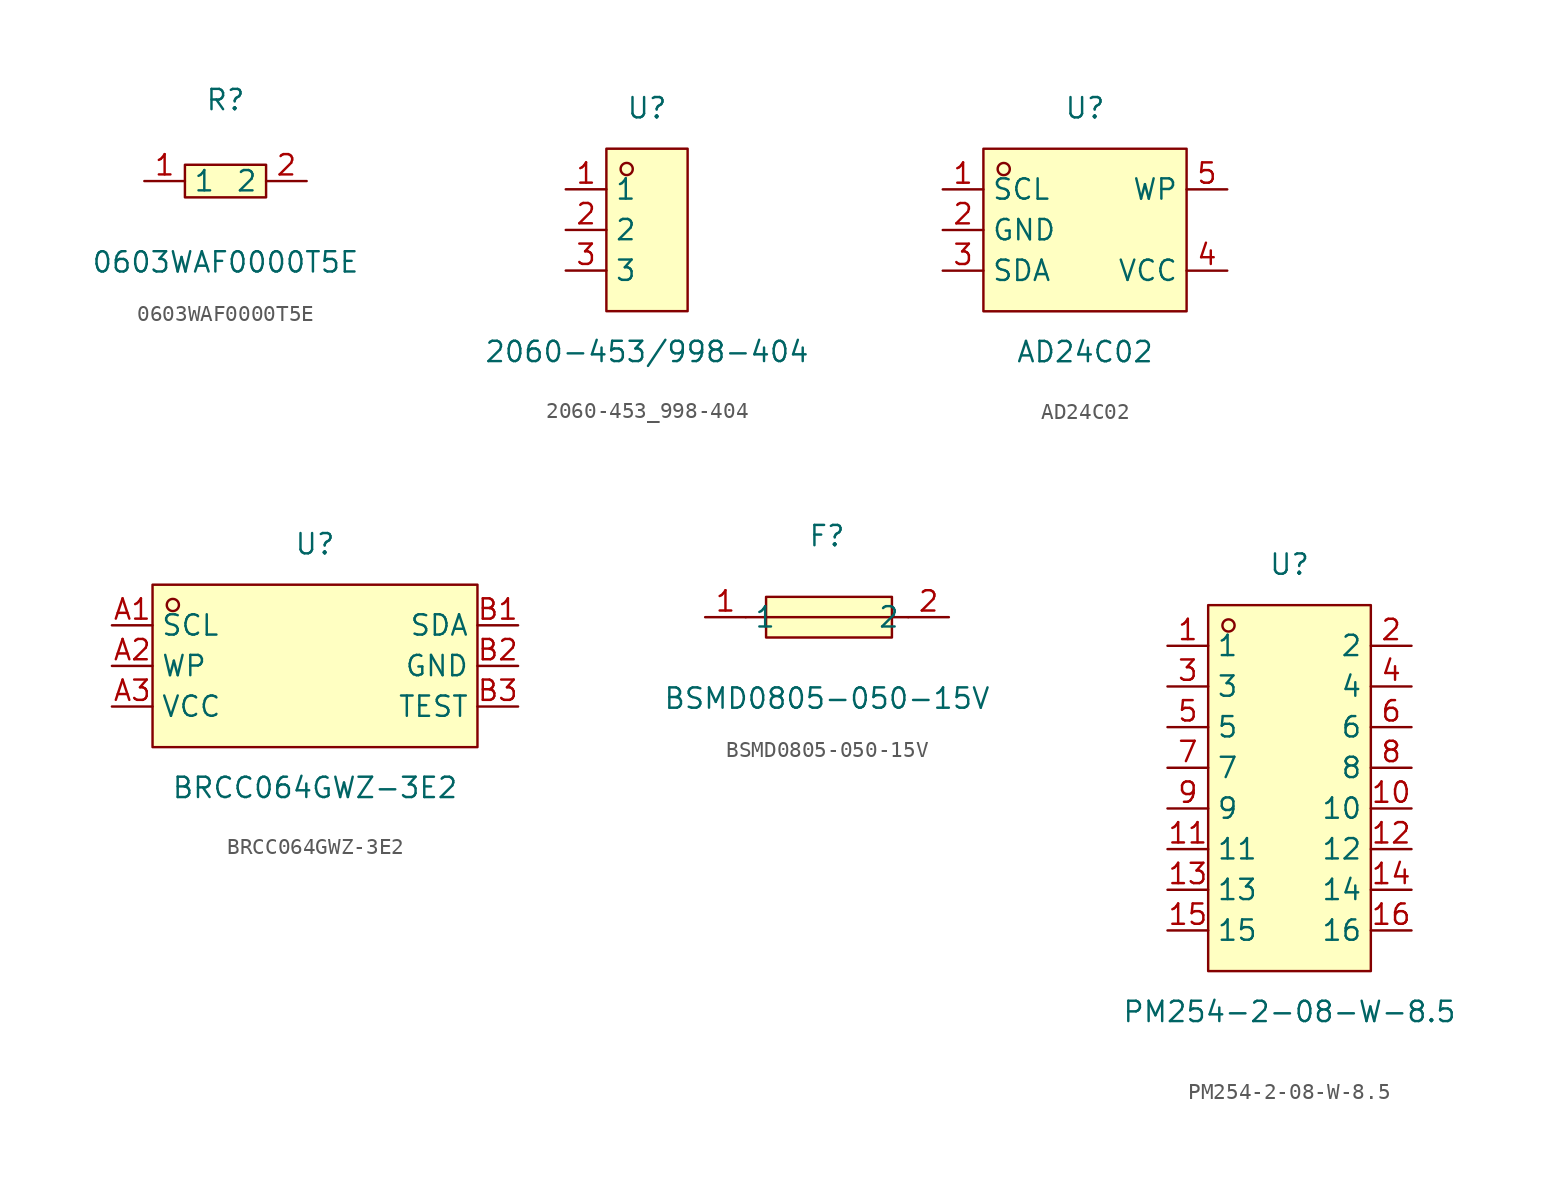
<source format=kicad_sym>
(kicad_symbol_lib
  (version 20211014)
  (generator https://github.com/uPesy/easyeda2kicad.py)
  (symbol "0603WAF0000T5E"
    (property "Reference" "R"
      (at 0 5.08 0)
      (effects (font (size 1.27 1.27))))
    (property "Value" "0603WAF0000T5E"
      (at 0 -5.08 0)
      (effects (font (size 1.27 1.27))))
    (symbol "0603WAF0000T5E_0_1"
      (rectangle (start -2.54 1.02) (end 2.54 -1.02) (stroke (width 0) (type default) (color 0 0 0 0)) (fill (type background)))
      (pin input line (at 5.08 -0.00 180) (length 2.54) (name "2" (effects (font (size 1.27 1.27)))) (number "2" (effects (font (size 1.27 1.27)))))
      (pin input line (at -5.08 -0.00 0) (length 2.54) (name "1" (effects (font (size 1.27 1.27)))) (number "1" (effects (font (size 1.27 1.27)))))))
  (symbol "2060-453_998-404"
    (property "Reference" "U"
      (at 0 7.62 0)
      (effects (font (size 1.27 1.27))))
    (property "Value" "2060-453/998-404"
      (at 0 -7.62 0)
      (effects (font (size 1.27 1.27))))
    (symbol "2060-453_998-404_0_1"
      (rectangle (start -2.54 5.08) (end 2.54 -5.08) (stroke (width 0) (type default) (color 0 0 0 0)) (fill (type background)))
      (circle (center -1.27 3.81) (radius 0.38) (stroke (width 0) (type default) (color 0 0 0 0)) (fill (type none)))
      (pin unspecified line (at -5.08 2.54 0) (length 2.54) (name "1" (effects (font (size 1.27 1.27)))) (number "1" (effects (font (size 1.27 1.27)))))
      (pin unspecified line (at -5.08 -0.00 0) (length 2.54) (name "2" (effects (font (size 1.27 1.27)))) (number "2" (effects (font (size 1.27 1.27)))))
      (pin unspecified line (at -5.08 -2.54 0) (length 2.54) (name "3" (effects (font (size 1.27 1.27)))) (number "3" (effects (font (size 1.27 1.27)))))))
  (symbol "AD24C02"
    (property "Reference" "U"
      (at 0 7.62 0)
      (effects (font (size 1.27 1.27))))
    (property "Value" "AD24C02"
      (at 0 -7.62 0)
      (effects (font (size 1.27 1.27))))
    (symbol "AD24C02_0_1"
      (rectangle (start -6.35 5.08) (end 6.35 -5.08) (stroke (width 0) (type default) (color 0 0 0 0)) (fill (type background)))
      (circle (center -5.08 3.81) (radius 0.38) (stroke (width 0) (type default) (color 0 0 0 0)) (fill (type none)))
      (pin unspecified line (at -8.89 2.54 0) (length 2.54) (name "SCL" (effects (font (size 1.27 1.27)))) (number "1" (effects (font (size 1.27 1.27)))))
      (pin unspecified line (at -8.89 -0.00 0) (length 2.54) (name "GND" (effects (font (size 1.27 1.27)))) (number "2" (effects (font (size 1.27 1.27)))))
      (pin unspecified line (at -8.89 -2.54 0) (length 2.54) (name "SDA" (effects (font (size 1.27 1.27)))) (number "3" (effects (font (size 1.27 1.27)))))
      (pin unspecified line (at 8.89 -2.54 180) (length 2.54) (name "VCC" (effects (font (size 1.27 1.27)))) (number "4" (effects (font (size 1.27 1.27)))))
      (pin unspecified line (at 8.89 2.54 180) (length 2.54) (name "WP" (effects (font (size 1.27 1.27)))) (number "5" (effects (font (size 1.27 1.27)))))))
  (symbol "BRCC064GWZ-3E2"
    (property "Reference" "U"
      (at 0 7.62 0)
      (effects (font (size 1.27 1.27))))
    (property "Value" "BRCC064GWZ-3E2"
      (at 0 -7.62 0)
      (effects (font (size 1.27 1.27))))
    (symbol "BRCC064GWZ-3E2_0_1"
      (rectangle (start -10.16 5.08) (end 10.16 -5.08) (stroke (width 0) (type default) (color 0 0 0 0)) (fill (type background)))
      (circle (center -8.89 3.81) (radius 0.38) (stroke (width 0) (type default) (color 0 0 0 0)) (fill (type none)))
      (pin unspecified line (at -12.70 2.54 0) (length 2.54) (name "SCL" (effects (font (size 1.27 1.27)))) (number "A1" (effects (font (size 1.27 1.27)))))
      (pin unspecified line (at -12.70 -0.00 0) (length 2.54) (name "WP" (effects (font (size 1.27 1.27)))) (number "A2" (effects (font (size 1.27 1.27)))))
      (pin unspecified line (at -12.70 -2.54 0) (length 2.54) (name "VCC" (effects (font (size 1.27 1.27)))) (number "A3" (effects (font (size 1.27 1.27)))))
      (pin unspecified line (at 12.70 2.54 180) (length 2.54) (name "SDA" (effects (font (size 1.27 1.27)))) (number "B1" (effects (font (size 1.27 1.27)))))
      (pin unspecified line (at 12.70 -0.00 180) (length 2.54) (name "GND" (effects (font (size 1.27 1.27)))) (number "B2" (effects (font (size 1.27 1.27)))))
      (pin unspecified line (at 12.70 -2.54 180) (length 2.54) (name "TEST" (effects (font (size 1.27 1.27)))) (number "B3" (effects (font (size 1.27 1.27)))))))
  (symbol "BSMD0805-050-15V"
    (property "Reference" "F"
      (at 0 5.08 0)
      (effects (font (size 1.27 1.27))))
    (property "Value" "BSMD0805-050-15V"
      (at 0 -5.08 0)
      (effects (font (size 1.27 1.27))))
    (symbol "BSMD0805-050-15V_0_1"
      (rectangle (start -3.81 1.27) (end 4.06 -1.27) (stroke (width 0) (type default) (color 0 0 0 0)) (fill (type background)))
      (polyline (pts (xy -5.08 -0.00) (xy 5.08 -0.00)) (stroke (width 0) (type default) (color 0 0 0 0)) (fill (type none)))
      (pin unspecified line (at 7.62 -0.00 180) (length 2.54) (name "2" (effects (font (size 1.27 1.27)))) (number "2" (effects (font (size 1.27 1.27)))))
      (pin unspecified line (at -7.62 -0.00 0) (length 2.54) (name "1" (effects (font (size 1.27 1.27)))) (number "1" (effects (font (size 1.27 1.27)))))))
  (symbol "PM254-2-08-W-8.5"
    (property "Reference" "U"
      (at 0 13.97 0)
      (effects (font (size 1.27 1.27))))
    (property "Value" "PM254-2-08-W-8.5"
      (at 0 -13.97 0)
      (effects (font (size 1.27 1.27))))
    (symbol "PM254-2-08-W-8.5_0_1"
      (rectangle (start -5.08 11.43) (end 5.08 -11.43) (stroke (width 0) (type default) (color 0 0 0 0)) (fill (type background)))
      (circle (center -3.81 10.16) (radius 0.38) (stroke (width 0) (type default) (color 0 0 0 0)) (fill (type none)))
      (pin unspecified line (at -7.62 8.89 0) (length 2.54) (name "1" (effects (font (size 1.27 1.27)))) (number "1" (effects (font (size 1.27 1.27)))))
      (pin unspecified line (at 7.62 -8.89 180) (length 2.54) (name "16" (effects (font (size 1.27 1.27)))) (number "16" (effects (font (size 1.27 1.27)))))
      (pin unspecified line (at -7.62 6.35 0) (length 2.54) (name "3" (effects (font (size 1.27 1.27)))) (number "3" (effects (font (size 1.27 1.27)))))
      (pin unspecified line (at 7.62 -6.35 180) (length 2.54) (name "14" (effects (font (size 1.27 1.27)))) (number "14" (effects (font (size 1.27 1.27)))))
      (pin unspecified line (at -7.62 3.81 0) (length 2.54) (name "5" (effects (font (size 1.27 1.27)))) (number "5" (effects (font (size 1.27 1.27)))))
      (pin unspecified line (at 7.62 -3.81 180) (length 2.54) (name "12" (effects (font (size 1.27 1.27)))) (number "12" (effects (font (size 1.27 1.27)))))
      (pin unspecified line (at -7.62 1.27 0) (length 2.54) (name "7" (effects (font (size 1.27 1.27)))) (number "7" (effects (font (size 1.27 1.27)))))
      (pin unspecified line (at 7.62 -1.27 180) (length 2.54) (name "10" (effects (font (size 1.27 1.27)))) (number "10" (effects (font (size 1.27 1.27)))))
      (pin unspecified line (at -7.62 -1.27 0) (length 2.54) (name "9" (effects (font (size 1.27 1.27)))) (number "9" (effects (font (size 1.27 1.27)))))
      (pin unspecified line (at 7.62 1.27 180) (length 2.54) (name "8" (effects (font (size 1.27 1.27)))) (number "8" (effects (font (size 1.27 1.27)))))
      (pin unspecified line (at -7.62 -3.81 0) (length 2.54) (name "11" (effects (font (size 1.27 1.27)))) (number "11" (effects (font (size 1.27 1.27)))))
      (pin unspecified line (at 7.62 3.81 180) (length 2.54) (name "6" (effects (font (size 1.27 1.27)))) (number "6" (effects (font (size 1.27 1.27)))))
      (pin unspecified line (at -7.62 -6.35 0) (length 2.54) (name "13" (effects (font (size 1.27 1.27)))) (number "13" (effects (font (size 1.27 1.27)))))
      (pin unspecified line (at 7.62 6.35 180) (length 2.54) (name "4" (effects (font (size 1.27 1.27)))) (number "4" (effects (font (size 1.27 1.27)))))
      (pin unspecified line (at -7.62 -8.89 0) (length 2.54) (name "15" (effects (font (size 1.27 1.27)))) (number "15" (effects (font (size 1.27 1.27)))))
      (pin unspecified line (at 7.62 8.89 180) (length 2.54) (name "2" (effects (font (size 1.27 1.27)))) (number "2" (effects (font (size 1.27 1.27))))))))
</source>
